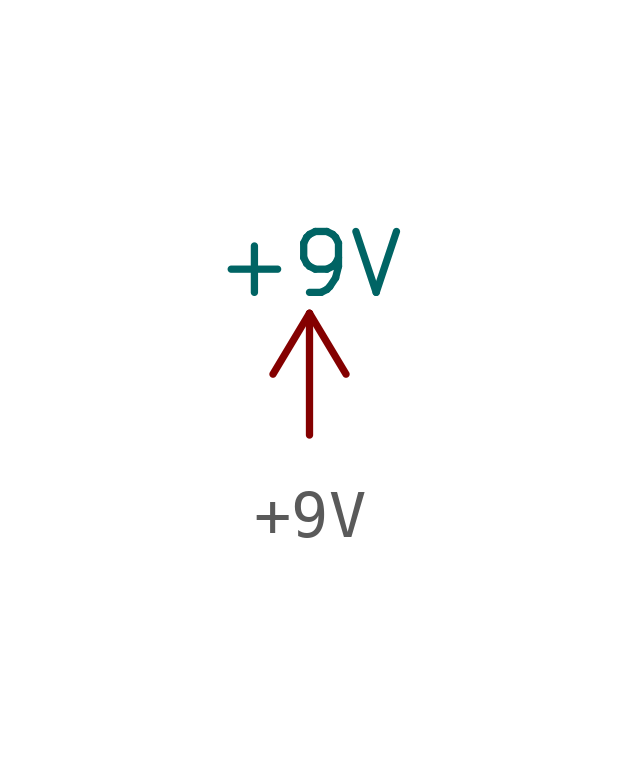
<source format=kicad_sym>
(kicad_symbol_lib
  (version 20201005)
  (generator kicad_symbol_editor)
  (symbol "+9V"
    (power)
    (pin_names
      (offset 0))
    (property "Reference" "#PWR"
      (at 0 -3.81 0)
      (effects (font (size 1.27 1.27)) hide))
    (property "Value" "+9V"
      (at 0 3.556 0)
      (effects (font (size 1.27 1.27))))
    (symbol "+9V_0_1"
      (polyline (pts (xy -0.762 1.27) (xy 0 2.54)) (stroke (width 0)) (fill (type none)))
      (polyline (pts (xy 0 0) (xy 0 2.54)) (stroke (width 0)) (fill (type none)))
      (polyline (pts (xy 0 2.54) (xy 0.762 1.27)) (stroke (width 0)) (fill (type none))))
    (symbol "+9V_1_1"
      (pin power_in line (at 0 0 90) (length 0) hide (name "+9V" (effects (font (size 1.27 1.27)))) (number "1" (effects (font (size 1.27 1.27))))))))
</source>
